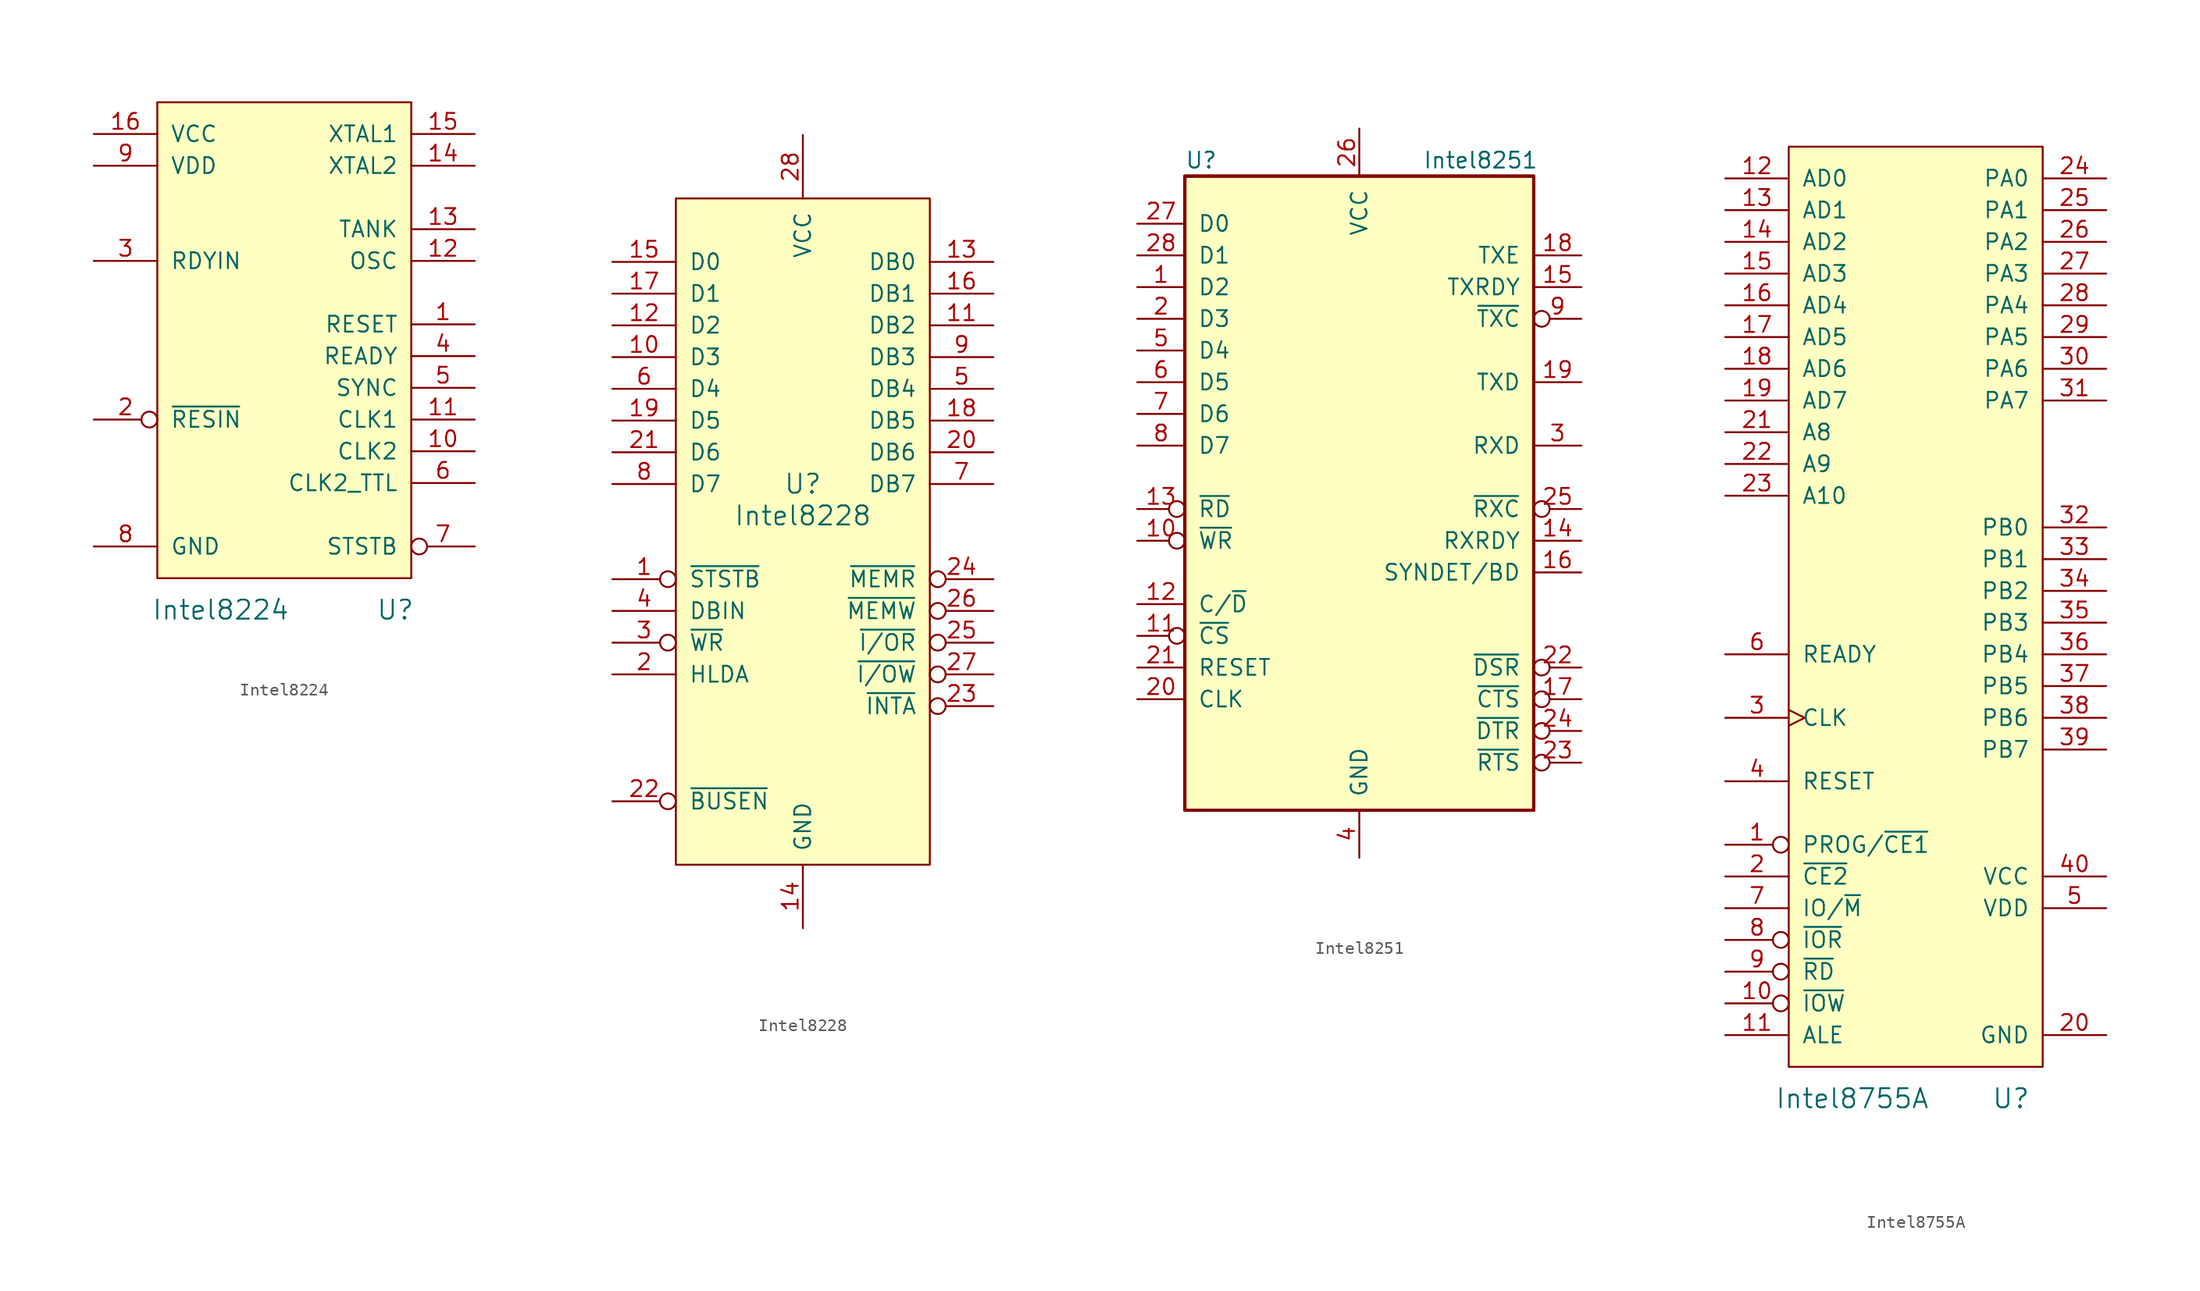
<source format=kicad_sym>
(kicad_symbol_lib
  (version 20211014)
  (generator kicad_symbol_editor)
  (symbol "Intel8224"
    (pin_names
      (offset 1.016))
    (property "Reference" "U"
      (at 8.89 -17.78 0)
      (effects (font (size 1.524 1.524))))
    (property "Value" "Intel8224"
      (at -5.08 -17.78 0)
      (effects (font (size 1.524 1.524))))
    (symbol "Intel8224_0_1"
      (rectangle (start -10.16 22.86) (end 10.16 -15.24) (stroke (width 0) (type default) (color 0 0 0 0)) (fill (type background))))
    (symbol "Intel8224_1_1"
      (pin output line (at 15.24 5.08 180) (length 5.08) (name "RESET" (effects (font (size 1.27 1.27)))) (number "1" (effects (font (size 1.27 1.27)))))
      (pin output line (at 15.24 -5.08 180) (length 5.08) (name "CLK2" (effects (font (size 1.27 1.27)))) (number "10" (effects (font (size 1.27 1.27)))))
      (pin output line (at 15.24 -2.54 180) (length 5.08) (name "CLK1" (effects (font (size 1.27 1.27)))) (number "11" (effects (font (size 1.27 1.27)))))
      (pin output line (at 15.24 10.16 180) (length 5.08) (name "OSC" (effects (font (size 1.27 1.27)))) (number "12" (effects (font (size 1.27 1.27)))))
      (pin input line (at 15.24 12.7 180) (length 5.08) (name "TANK" (effects (font (size 1.27 1.27)))) (number "13" (effects (font (size 1.27 1.27)))))
      (pin passive line (at 15.24 17.78 180) (length 5.08) (name "XTAL2" (effects (font (size 1.27 1.27)))) (number "14" (effects (font (size 1.27 1.27)))))
      (pin passive line (at 15.24 20.32 180) (length 5.08) (name "XTAL1" (effects (font (size 1.27 1.27)))) (number "15" (effects (font (size 1.27 1.27)))))
      (pin power_in line (at -15.24 20.32 0) (length 5.08) (name "VCC" (effects (font (size 1.27 1.27)))) (number "16" (effects (font (size 1.27 1.27)))))
      (pin input inverted (at -15.24 -2.54 0) (length 5.08) (name "~{RESIN}" (effects (font (size 1.27 1.27)))) (number "2" (effects (font (size 1.27 1.27)))))
      (pin input line (at -15.24 10.16 0) (length 5.08) (name "RDYIN" (effects (font (size 1.27 1.27)))) (number "3" (effects (font (size 1.27 1.27)))))
      (pin output line (at 15.24 2.54 180) (length 5.08) (name "READY" (effects (font (size 1.27 1.27)))) (number "4" (effects (font (size 1.27 1.27)))))
      (pin input line (at 15.24 0 180) (length 5.08) (name "SYNC" (effects (font (size 1.27 1.27)))) (number "5" (effects (font (size 1.27 1.27)))))
      (pin output line (at 15.24 -7.62 180) (length 5.08) (name "CLK2_TTL" (effects (font (size 1.27 1.27)))) (number "6" (effects (font (size 1.27 1.27)))))
      (pin output inverted (at 15.24 -12.7 180) (length 5.08) (name "STSTB" (effects (font (size 1.27 1.27)))) (number "7" (effects (font (size 1.27 1.27)))))
      (pin power_in line (at -15.24 -12.7 0) (length 5.08) (name "GND" (effects (font (size 1.27 1.27)))) (number "8" (effects (font (size 1.27 1.27)))))
      (pin power_in line (at -15.24 17.78 0) (length 5.08) (name "VDD" (effects (font (size 1.27 1.27)))) (number "9" (effects (font (size 1.27 1.27)))))))
  (symbol "Intel8228"
    (pin_names
      (offset 1.016))
    (property "Reference" "U"
      (at 0 0 0)
      (effects (font (size 1.524 1.524))))
    (property "Value" "Intel8228"
      (at 0 -2.54 0)
      (effects (font (size 1.524 1.524))))
    (symbol "Intel8228_0_1"
      (rectangle (start -10.16 22.86) (end 10.16 -30.48) (stroke (width 0) (type default) (color 0 0 0 0)) (fill (type background))))
    (symbol "Intel8228_1_1"
      (pin input inverted (at -15.24 -7.62 0) (length 5.08) (name "~{STSTB}" (effects (font (size 1.27 1.27)))) (number "1" (effects (font (size 1.27 1.27)))))
      (pin bidirectional line (at -15.24 10.16 0) (length 5.08) (name "D3" (effects (font (size 1.27 1.27)))) (number "10" (effects (font (size 1.27 1.27)))))
      (pin bidirectional line (at 15.24 12.7 180) (length 5.08) (name "DB2" (effects (font (size 1.27 1.27)))) (number "11" (effects (font (size 1.27 1.27)))))
      (pin bidirectional line (at -15.24 12.7 0) (length 5.08) (name "D2" (effects (font (size 1.27 1.27)))) (number "12" (effects (font (size 1.27 1.27)))))
      (pin bidirectional line (at 15.24 17.78 180) (length 5.08) (name "DB0" (effects (font (size 1.27 1.27)))) (number "13" (effects (font (size 1.27 1.27)))))
      (pin power_in line (at 0 -35.56 90) (length 5.08) (name "GND" (effects (font (size 1.27 1.27)))) (number "14" (effects (font (size 1.27 1.27)))))
      (pin bidirectional line (at -15.24 17.78 0) (length 5.08) (name "D0" (effects (font (size 1.27 1.27)))) (number "15" (effects (font (size 1.27 1.27)))))
      (pin bidirectional line (at 15.24 15.24 180) (length 5.08) (name "DB1" (effects (font (size 1.27 1.27)))) (number "16" (effects (font (size 1.27 1.27)))))
      (pin bidirectional line (at -15.24 15.24 0) (length 5.08) (name "D1" (effects (font (size 1.27 1.27)))) (number "17" (effects (font (size 1.27 1.27)))))
      (pin bidirectional line (at 15.24 5.08 180) (length 5.08) (name "DB5" (effects (font (size 1.27 1.27)))) (number "18" (effects (font (size 1.27 1.27)))))
      (pin bidirectional line (at -15.24 5.08 0) (length 5.08) (name "D5" (effects (font (size 1.27 1.27)))) (number "19" (effects (font (size 1.27 1.27)))))
      (pin input line (at -15.24 -15.24 0) (length 5.08) (name "HLDA" (effects (font (size 1.27 1.27)))) (number "2" (effects (font (size 1.27 1.27)))))
      (pin bidirectional line (at 15.24 2.54 180) (length 5.08) (name "DB6" (effects (font (size 1.27 1.27)))) (number "20" (effects (font (size 1.27 1.27)))))
      (pin bidirectional line (at -15.24 2.54 0) (length 5.08) (name "D6" (effects (font (size 1.27 1.27)))) (number "21" (effects (font (size 1.27 1.27)))))
      (pin input inverted (at -15.24 -25.4 0) (length 5.08) (name "~{BUSEN}" (effects (font (size 1.27 1.27)))) (number "22" (effects (font (size 1.27 1.27)))))
      (pin output inverted (at 15.24 -17.78 180) (length 5.08) (name "~{INTA}" (effects (font (size 1.27 1.27)))) (number "23" (effects (font (size 1.27 1.27)))))
      (pin output inverted (at 15.24 -7.62 180) (length 5.08) (name "~{MEMR}" (effects (font (size 1.27 1.27)))) (number "24" (effects (font (size 1.27 1.27)))))
      (pin output inverted (at 15.24 -12.7 180) (length 5.08) (name "~{I/OR}" (effects (font (size 1.27 1.27)))) (number "25" (effects (font (size 1.27 1.27)))))
      (pin output inverted (at 15.24 -10.16 180) (length 5.08) (name "~{MEMW}" (effects (font (size 1.27 1.27)))) (number "26" (effects (font (size 1.27 1.27)))))
      (pin output inverted (at 15.24 -15.24 180) (length 5.08) (name "~{I/OW}" (effects (font (size 1.27 1.27)))) (number "27" (effects (font (size 1.27 1.27)))))
      (pin power_in line (at 0 27.94 270) (length 5.08) (name "VCC" (effects (font (size 1.27 1.27)))) (number "28" (effects (font (size 1.27 1.27)))))
      (pin input inverted (at -15.24 -12.7 0) (length 5.08) (name "~{WR}" (effects (font (size 1.27 1.27)))) (number "3" (effects (font (size 1.27 1.27)))))
      (pin input line (at -15.24 -10.16 0) (length 5.08) (name "DBIN" (effects (font (size 1.27 1.27)))) (number "4" (effects (font (size 1.27 1.27)))))
      (pin bidirectional line (at 15.24 7.62 180) (length 5.08) (name "DB4" (effects (font (size 1.27 1.27)))) (number "5" (effects (font (size 1.27 1.27)))))
      (pin bidirectional line (at -15.24 7.62 0) (length 5.08) (name "D4" (effects (font (size 1.27 1.27)))) (number "6" (effects (font (size 1.27 1.27)))))
      (pin bidirectional line (at 15.24 0 180) (length 5.08) (name "DB7" (effects (font (size 1.27 1.27)))) (number "7" (effects (font (size 1.27 1.27)))))
      (pin bidirectional line (at -15.24 0 0) (length 5.08) (name "D7" (effects (font (size 1.27 1.27)))) (number "8" (effects (font (size 1.27 1.27)))))
      (pin bidirectional line (at 15.24 10.16 180) (length 5.08) (name "DB3" (effects (font (size 1.27 1.27)))) (number "9" (effects (font (size 1.27 1.27)))))))
  (symbol "Intel8251"
    (pin_names
      (offset 1.016))
    (property "Reference" "U"
      (at -13.97 25.4 0)
      (effects (font (size 1.27 1.27)) (justify left)))
    (property "Value" "Intel8251"
      (at 5.08 25.4 0)
      (effects (font (size 1.27 1.27)) (justify left)))
    (symbol "Intel8251_0_1"
      (rectangle (start -13.97 -26.67) (end 13.97 24.13) (stroke (width 0.254) (type default) (color 0 0 0 0)) (fill (type background)))
      (rectangle (start -13.97 -26.67) (end 13.97 24.13) (stroke (width 0.254) (type default) (color 0 0 0 0)) (fill (type background))))
    (symbol "Intel8251_1_1"
      (pin bidirectional line (at -17.78 15.24 0) (length 3.81) (name "D2" (effects (font (size 1.27 1.27)))) (number "1" (effects (font (size 1.27 1.27)))))
      (pin input inverted (at -17.78 -5.08 0) (length 3.81) (name "~{WR}" (effects (font (size 1.27 1.27)))) (number "10" (effects (font (size 1.27 1.27)))))
      (pin input inverted (at -17.78 -12.7 0) (length 3.81) (name "~{CS}" (effects (font (size 1.27 1.27)))) (number "11" (effects (font (size 1.27 1.27)))))
      (pin input line (at -17.78 -10.16 0) (length 3.81) (name "C/~{D}" (effects (font (size 1.27 1.27)))) (number "12" (effects (font (size 1.27 1.27)))))
      (pin input inverted (at -17.78 -2.54 0) (length 3.81) (name "~{RD}" (effects (font (size 1.27 1.27)))) (number "13" (effects (font (size 1.27 1.27)))))
      (pin output line (at 17.78 -5.08 180) (length 3.81) (name "RXRDY" (effects (font (size 1.27 1.27)))) (number "14" (effects (font (size 1.27 1.27)))))
      (pin output line (at 17.78 15.24 180) (length 3.81) (name "TXRDY" (effects (font (size 1.27 1.27)))) (number "15" (effects (font (size 1.27 1.27)))))
      (pin bidirectional line (at 17.78 -7.62 180) (length 3.81) (name "SYNDET/BD" (effects (font (size 1.27 1.27)))) (number "16" (effects (font (size 1.27 1.27)))))
      (pin input inverted (at 17.78 -17.78 180) (length 3.81) (name "~{CTS}" (effects (font (size 1.27 1.27)))) (number "17" (effects (font (size 1.27 1.27)))))
      (pin output line (at 17.78 17.78 180) (length 3.81) (name "TXE" (effects (font (size 1.27 1.27)))) (number "18" (effects (font (size 1.27 1.27)))))
      (pin output line (at 17.78 7.62 180) (length 3.81) (name "TXD" (effects (font (size 1.27 1.27)))) (number "19" (effects (font (size 1.27 1.27)))))
      (pin bidirectional line (at -17.78 12.7 0) (length 3.81) (name "D3" (effects (font (size 1.27 1.27)))) (number "2" (effects (font (size 1.27 1.27)))))
      (pin input line (at -17.78 -17.78 0) (length 3.81) (name "CLK" (effects (font (size 1.27 1.27)))) (number "20" (effects (font (size 1.27 1.27)))))
      (pin input line (at -17.78 -15.24 0) (length 3.81) (name "RESET" (effects (font (size 1.27 1.27)))) (number "21" (effects (font (size 1.27 1.27)))))
      (pin input inverted (at 17.78 -15.24 180) (length 3.81) (name "~{DSR}" (effects (font (size 1.27 1.27)))) (number "22" (effects (font (size 1.27 1.27)))))
      (pin output inverted (at 17.78 -22.86 180) (length 3.81) (name "~{RTS}" (effects (font (size 1.27 1.27)))) (number "23" (effects (font (size 1.27 1.27)))))
      (pin output inverted (at 17.78 -20.32 180) (length 3.81) (name "~{DTR}" (effects (font (size 1.27 1.27)))) (number "24" (effects (font (size 1.27 1.27)))))
      (pin input inverted (at 17.78 -2.54 180) (length 3.81) (name "~{RXC}" (effects (font (size 1.27 1.27)))) (number "25" (effects (font (size 1.27 1.27)))))
      (pin power_in line (at 0 27.94 270) (length 3.81) (name "VCC" (effects (font (size 1.27 1.27)))) (number "26" (effects (font (size 1.27 1.27)))))
      (pin bidirectional line (at -17.78 20.32 0) (length 3.81) (name "D0" (effects (font (size 1.27 1.27)))) (number "27" (effects (font (size 1.27 1.27)))))
      (pin bidirectional line (at -17.78 17.78 0) (length 3.81) (name "D1" (effects (font (size 1.27 1.27)))) (number "28" (effects (font (size 1.27 1.27)))))
      (pin input line (at 17.78 2.54 180) (length 3.81) (name "RXD" (effects (font (size 1.27 1.27)))) (number "3" (effects (font (size 1.27 1.27)))))
      (pin power_in line (at 0 -30.48 90) (length 3.81) (name "GND" (effects (font (size 1.27 1.27)))) (number "4" (effects (font (size 1.27 1.27)))))
      (pin bidirectional line (at -17.78 10.16 0) (length 3.81) (name "D4" (effects (font (size 1.27 1.27)))) (number "5" (effects (font (size 1.27 1.27)))))
      (pin bidirectional line (at -17.78 7.62 0) (length 3.81) (name "D5" (effects (font (size 1.27 1.27)))) (number "6" (effects (font (size 1.27 1.27)))))
      (pin bidirectional line (at -17.78 5.08 0) (length 3.81) (name "D6" (effects (font (size 1.27 1.27)))) (number "7" (effects (font (size 1.27 1.27)))))
      (pin bidirectional line (at -17.78 2.54 0) (length 3.81) (name "D7" (effects (font (size 1.27 1.27)))) (number "8" (effects (font (size 1.27 1.27)))))
      (pin input inverted (at 17.78 12.7 180) (length 3.81) (name "~{TXC}" (effects (font (size 1.27 1.27)))) (number "9" (effects (font (size 1.27 1.27)))))))
  (symbol "Intel8755A"
    (pin_names
      (offset 1.016))
    (property "Reference" "U"
      (at 7.62 -35.56 0)
      (effects (font (size 1.524 1.524))))
    (property "Value" "Intel8755A"
      (at -5.08 -35.56 0)
      (effects (font (size 1.524 1.524))))
    (symbol "Intel8755A_0_1"
      (rectangle (start 10.16 40.64) (end -10.16 -33.02) (stroke (width 0) (type default) (color 0 0 0 0)) (fill (type background))))
    (symbol "Intel8755A_1_1"
      (pin input inverted (at -15.24 -15.24 0) (length 5.08) (name "PROG/~{CE1}" (effects (font (size 1.27 1.27)))) (number "1" (effects (font (size 1.27 1.27)))))
      (pin input inverted (at -15.24 -27.94 0) (length 5.08) (name "~{IOW}" (effects (font (size 1.27 1.27)))) (number "10" (effects (font (size 1.27 1.27)))))
      (pin input line (at -15.24 -30.48 0) (length 5.08) (name "ALE" (effects (font (size 1.27 1.27)))) (number "11" (effects (font (size 1.27 1.27)))))
      (pin bidirectional line (at -15.24 38.1 0) (length 5.08) (name "AD0" (effects (font (size 1.27 1.27)))) (number "12" (effects (font (size 1.27 1.27)))))
      (pin bidirectional line (at -15.24 35.56 0) (length 5.08) (name "AD1" (effects (font (size 1.27 1.27)))) (number "13" (effects (font (size 1.27 1.27)))))
      (pin bidirectional line (at -15.24 33.02 0) (length 5.08) (name "AD2" (effects (font (size 1.27 1.27)))) (number "14" (effects (font (size 1.27 1.27)))))
      (pin bidirectional line (at -15.24 30.48 0) (length 5.08) (name "AD3" (effects (font (size 1.27 1.27)))) (number "15" (effects (font (size 1.27 1.27)))))
      (pin bidirectional line (at -15.24 27.94 0) (length 5.08) (name "AD4" (effects (font (size 1.27 1.27)))) (number "16" (effects (font (size 1.27 1.27)))))
      (pin bidirectional line (at -15.24 25.4 0) (length 5.08) (name "AD5" (effects (font (size 1.27 1.27)))) (number "17" (effects (font (size 1.27 1.27)))))
      (pin bidirectional line (at -15.24 22.86 0) (length 5.08) (name "AD6" (effects (font (size 1.27 1.27)))) (number "18" (effects (font (size 1.27 1.27)))))
      (pin bidirectional line (at -15.24 20.32 0) (length 5.08) (name "AD7" (effects (font (size 1.27 1.27)))) (number "19" (effects (font (size 1.27 1.27)))))
      (pin input line (at -15.24 -17.78 0) (length 5.08) (name "~{CE2}" (effects (font (size 1.27 1.27)))) (number "2" (effects (font (size 1.27 1.27)))))
      (pin power_in line (at 15.24 -30.48 180) (length 5.08) (name "GND" (effects (font (size 1.27 1.27)))) (number "20" (effects (font (size 1.27 1.27)))))
      (pin input line (at -15.24 17.78 0) (length 5.08) (name "A8" (effects (font (size 1.27 1.27)))) (number "21" (effects (font (size 1.27 1.27)))))
      (pin input line (at -15.24 15.24 0) (length 5.08) (name "A9" (effects (font (size 1.27 1.27)))) (number "22" (effects (font (size 1.27 1.27)))))
      (pin input line (at -15.24 12.7 0) (length 5.08) (name "A10" (effects (font (size 1.27 1.27)))) (number "23" (effects (font (size 1.27 1.27)))))
      (pin bidirectional line (at 15.24 38.1 180) (length 5.08) (name "PA0" (effects (font (size 1.27 1.27)))) (number "24" (effects (font (size 1.27 1.27)))))
      (pin bidirectional line (at 15.24 35.56 180) (length 5.08) (name "PA1" (effects (font (size 1.27 1.27)))) (number "25" (effects (font (size 1.27 1.27)))))
      (pin bidirectional line (at 15.24 33.02 180) (length 5.08) (name "PA2" (effects (font (size 1.27 1.27)))) (number "26" (effects (font (size 1.27 1.27)))))
      (pin bidirectional line (at 15.24 30.48 180) (length 5.08) (name "PA3" (effects (font (size 1.27 1.27)))) (number "27" (effects (font (size 1.27 1.27)))))
      (pin bidirectional line (at 15.24 27.94 180) (length 5.08) (name "PA4" (effects (font (size 1.27 1.27)))) (number "28" (effects (font (size 1.27 1.27)))))
      (pin bidirectional line (at 15.24 25.4 180) (length 5.08) (name "PA5" (effects (font (size 1.27 1.27)))) (number "29" (effects (font (size 1.27 1.27)))))
      (pin input clock (at -15.24 -5.08 0) (length 5.08) (name "CLK" (effects (font (size 1.27 1.27)))) (number "3" (effects (font (size 1.27 1.27)))))
      (pin bidirectional line (at 15.24 22.86 180) (length 5.08) (name "PA6" (effects (font (size 1.27 1.27)))) (number "30" (effects (font (size 1.27 1.27)))))
      (pin bidirectional line (at 15.24 20.32 180) (length 5.08) (name "PA7" (effects (font (size 1.27 1.27)))) (number "31" (effects (font (size 1.27 1.27)))))
      (pin bidirectional line (at 15.24 10.16 180) (length 5.08) (name "PB0" (effects (font (size 1.27 1.27)))) (number "32" (effects (font (size 1.27 1.27)))))
      (pin bidirectional line (at 15.24 7.62 180) (length 5.08) (name "PB1" (effects (font (size 1.27 1.27)))) (number "33" (effects (font (size 1.27 1.27)))))
      (pin bidirectional line (at 15.24 5.08 180) (length 5.08) (name "PB2" (effects (font (size 1.27 1.27)))) (number "34" (effects (font (size 1.27 1.27)))))
      (pin bidirectional line (at 15.24 2.54 180) (length 5.08) (name "PB3" (effects (font (size 1.27 1.27)))) (number "35" (effects (font (size 1.27 1.27)))))
      (pin bidirectional line (at 15.24 0 180) (length 5.08) (name "PB4" (effects (font (size 1.27 1.27)))) (number "36" (effects (font (size 1.27 1.27)))))
      (pin bidirectional line (at 15.24 -2.54 180) (length 5.08) (name "PB5" (effects (font (size 1.27 1.27)))) (number "37" (effects (font (size 1.27 1.27)))))
      (pin bidirectional line (at 15.24 -5.08 180) (length 5.08) (name "PB6" (effects (font (size 1.27 1.27)))) (number "38" (effects (font (size 1.27 1.27)))))
      (pin bidirectional line (at 15.24 -7.62 180) (length 5.08) (name "PB7" (effects (font (size 1.27 1.27)))) (number "39" (effects (font (size 1.27 1.27)))))
      (pin input line (at -15.24 -10.16 0) (length 5.08) (name "RESET" (effects (font (size 1.27 1.27)))) (number "4" (effects (font (size 1.27 1.27)))))
      (pin power_in line (at 15.24 -17.78 180) (length 5.08) (name "VCC" (effects (font (size 1.27 1.27)))) (number "40" (effects (font (size 1.27 1.27)))))
      (pin power_in line (at 15.24 -20.32 180) (length 5.08) (name "VDD" (effects (font (size 1.27 1.27)))) (number "5" (effects (font (size 1.27 1.27)))))
      (pin output line (at -15.24 0 0) (length 5.08) (name "READY" (effects (font (size 1.27 1.27)))) (number "6" (effects (font (size 1.27 1.27)))))
      (pin input line (at -15.24 -20.32 0) (length 5.08) (name "IO/~{M}" (effects (font (size 1.27 1.27)))) (number "7" (effects (font (size 1.27 1.27)))))
      (pin input inverted (at -15.24 -22.86 0) (length 5.08) (name "~{IOR}" (effects (font (size 1.27 1.27)))) (number "8" (effects (font (size 1.27 1.27)))))
      (pin input inverted (at -15.24 -25.4 0) (length 5.08) (name "~{RD}" (effects (font (size 1.27 1.27)))) (number "9" (effects (font (size 1.27 1.27))))))))
</source>
